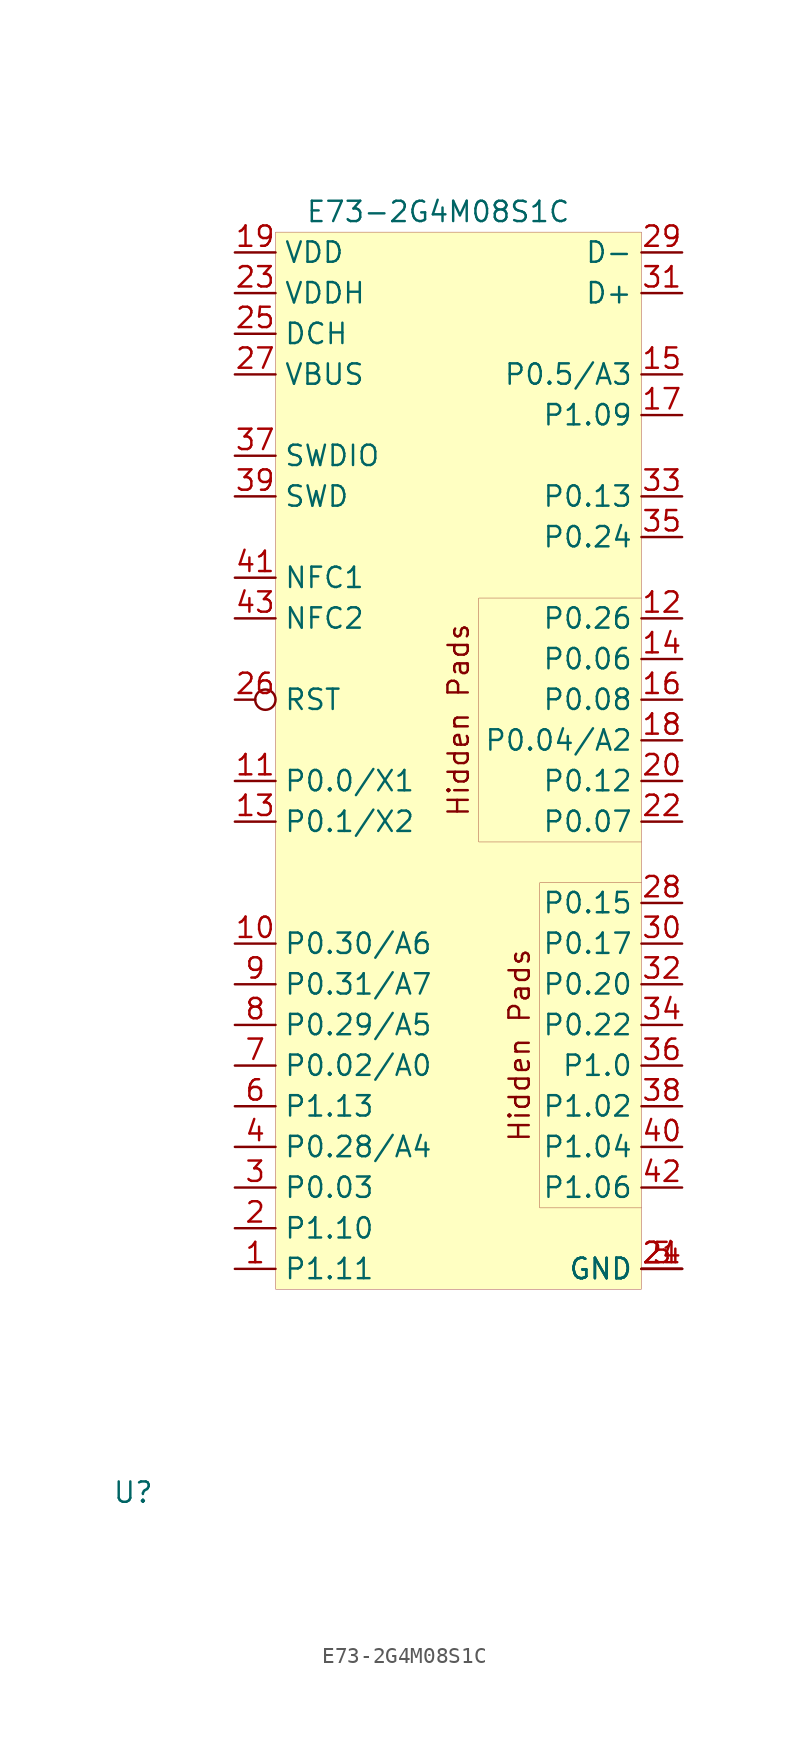
<source format=kicad_sym>
(kicad_symbol_lib
  (version 20201005)
  (generator kicad_symbol_editor)
  (symbol "E73:E73-2G4M08S1C"
    (property "Reference" "U"
      (at -19.05 -66.04 0)
      (effects (font (size 1.27 1.27))))
    (property "Value" "E73-2G4M08S1C"
      (at 0 13.97 0)
      (effects (font (size 1.27 1.27))))
    (symbol "E73-2G4M08S1C_0_0"
      (text "Hidden Pads" (at 5.08 -38.1 900) (effects (font (size 1.27 1.27))))
      (text "Hidden Pads" (at 1.27 -17.78 900) (effects (font (size 1.27 1.27))))
      (rectangle (start -10.16 12.7) (end 12.7 -53.34) (stroke (width 0.001)) (fill (type background))))
    (symbol "E73-2G4M08S1C_0_1"
      (polyline (pts (xy 12.7 -10.16) (xy 2.54 -10.16) (xy 2.54 -25.4) (xy 12.7 -25.4)) (stroke (width 0.001)) (fill (type none)))
      (polyline (pts (xy 12.7 -27.94) (xy 6.35 -27.94) (xy 6.35 -48.26) (xy 12.7 -48.26)) (stroke (width 0.001)) (fill (type none))))
    (symbol "E73-2G4M08S1C_1_1"
      (pin input line (at -12.7 11.43 0) (length 2.54) (name "VDD" (effects (font (size 1.27 1.27)))) (number "19" (effects (font (size 1.27 1.27)))))
      (pin input line (at -12.7 8.89 0) (length 2.54) (name "VDDH" (effects (font (size 1.27 1.27)))) (number "23" (effects (font (size 1.27 1.27)))))
      (pin output line (at -12.7 6.35 0) (length 2.54) (name "DCH" (effects (font (size 1.27 1.27)))) (number "25" (effects (font (size 1.27 1.27)))))
      (pin input line (at -12.7 3.81 0) (length 2.54) (name "VBUS" (effects (font (size 1.27 1.27)))) (number "27" (effects (font (size 1.27 1.27)))))
      (pin input line (at 15.24 11.43 180) (length 2.54) (name "D-" (effects (font (size 1.27 1.27)))) (number "29" (effects (font (size 1.27 1.27)))))
      (pin input line (at 15.24 8.89 180) (length 2.54) (name "D+" (effects (font (size 1.27 1.27)))) (number "31" (effects (font (size 1.27 1.27)))))
      (pin input line (at -12.7 -1.27 0) (length 2.54) (name "SWDIO" (effects (font (size 1.27 1.27)))) (number "37" (effects (font (size 1.27 1.27)))))
      (pin input line (at -12.7 -3.81 0) (length 2.54) (name "SWD" (effects (font (size 1.27 1.27)))) (number "39" (effects (font (size 1.27 1.27)))))
      (pin input line (at -12.7 -8.89 0) (length 2.54) (name "NFC1" (effects (font (size 1.27 1.27)))) (number "41" (effects (font (size 1.27 1.27)))))
      (pin input line (at -12.7 -11.43 0) (length 2.54) (name "NFC2" (effects (font (size 1.27 1.27)))) (number "43" (effects (font (size 1.27 1.27)))))
      (pin input line (at -12.7 -52.07 0) (length 2.54) (name "P1.11" (effects (font (size 1.27 1.27)))) (number "1" (effects (font (size 1.27 1.27)))))
      (pin input line (at -12.7 -49.53 0) (length 2.54) (name "P1.10" (effects (font (size 1.27 1.27)))) (number "2" (effects (font (size 1.27 1.27)))))
      (pin input line (at -12.7 -46.99 0) (length 2.54) (name "P0.03" (effects (font (size 1.27 1.27)))) (number "3" (effects (font (size 1.27 1.27)))))
      (pin input line (at -12.7 -44.45 0) (length 2.54) (name "P0.28/A4" (effects (font (size 1.27 1.27)))) (number "4" (effects (font (size 1.27 1.27)))))
      (pin input line (at -12.7 -41.91 0) (length 2.54) (name "P1.13" (effects (font (size 1.27 1.27)))) (number "6" (effects (font (size 1.27 1.27)))))
      (pin input line (at -12.7 -39.37 0) (length 2.54) (name "P0.02/A0" (effects (font (size 1.27 1.27)))) (number "7" (effects (font (size 1.27 1.27)))))
      (pin input line (at -12.7 -36.83 0) (length 2.54) (name "P0.29/A5" (effects (font (size 1.27 1.27)))) (number "8" (effects (font (size 1.27 1.27)))))
      (pin input line (at -12.7 -34.29 0) (length 2.54) (name "P0.31/A7" (effects (font (size 1.27 1.27)))) (number "9" (effects (font (size 1.27 1.27)))))
      (pin input line (at -12.7 -31.75 0) (length 2.54) (name "P0.30/A6" (effects (font (size 1.27 1.27)))) (number "10" (effects (font (size 1.27 1.27)))))
      (pin input line (at -12.7 -21.59 0) (length 2.54) (name "P0.0/X1" (effects (font (size 1.27 1.27)))) (number "11" (effects (font (size 1.27 1.27)))))
      (pin input line (at 15.24 -11.43 180) (length 2.54) (name "P0.26" (effects (font (size 1.27 1.27)))) (number "12" (effects (font (size 1.27 1.27)))))
      (pin input line (at -12.7 -24.13 0) (length 2.54) (name "P0.1/X2" (effects (font (size 1.27 1.27)))) (number "13" (effects (font (size 1.27 1.27)))))
      (pin input line (at 15.24 -13.97 180) (length 2.54) (name "P0.06" (effects (font (size 1.27 1.27)))) (number "14" (effects (font (size 1.27 1.27)))))
      (pin input line (at 15.24 3.81 180) (length 2.54) (name "P0.5/A3" (effects (font (size 1.27 1.27)))) (number "15" (effects (font (size 1.27 1.27)))))
      (pin input line (at 15.24 -16.51 180) (length 2.54) (name "P0.08" (effects (font (size 1.27 1.27)))) (number "16" (effects (font (size 1.27 1.27)))))
      (pin input line (at 15.24 1.27 180) (length 2.54) (name "P1.09" (effects (font (size 1.27 1.27)))) (number "17" (effects (font (size 1.27 1.27)))))
      (pin input line (at 15.24 -19.05 180) (length 2.54) (name "P0.04/A2" (effects (font (size 1.27 1.27)))) (number "18" (effects (font (size 1.27 1.27)))))
      (pin input line (at 15.24 -21.59 180) (length 2.54) (name "P0.12" (effects (font (size 1.27 1.27)))) (number "20" (effects (font (size 1.27 1.27)))))
      (pin input line (at 15.24 -24.13 180) (length 2.54) (name "P0.07" (effects (font (size 1.27 1.27)))) (number "22" (effects (font (size 1.27 1.27)))))
      (pin input line (at 15.24 -29.21 180) (length 2.54) (name "P0.15" (effects (font (size 1.27 1.27)))) (number "28" (effects (font (size 1.27 1.27)))))
      (pin input inverted (at -12.7 -16.51 0) (length 2.54) (name "RST" (effects (font (size 1.27 1.27)))) (number "26" (effects (font (size 1.27 1.27)))))
      (pin input line (at 15.24 -31.75 180) (length 2.54) (name "P0.17" (effects (font (size 1.27 1.27)))) (number "30" (effects (font (size 1.27 1.27)))))
      (pin input line (at 15.24 -34.29 180) (length 2.54) (name "P0.20" (effects (font (size 1.27 1.27)))) (number "32" (effects (font (size 1.27 1.27)))))
      (pin input line (at 15.24 -3.81 180) (length 2.54) (name "P0.13" (effects (font (size 1.27 1.27)))) (number "33" (effects (font (size 1.27 1.27)))))
      (pin input line (at 15.24 -36.83 180) (length 2.54) (name "P0.22" (effects (font (size 1.27 1.27)))) (number "34" (effects (font (size 1.27 1.27)))))
      (pin input line (at 15.24 -6.35 180) (length 2.54) (name "P0.24" (effects (font (size 1.27 1.27)))) (number "35" (effects (font (size 1.27 1.27)))))
      (pin input line (at 15.24 -39.37 180) (length 2.54) (name "P1.0" (effects (font (size 1.27 1.27)))) (number "36" (effects (font (size 1.27 1.27)))))
      (pin input line (at 15.24 -41.91 180) (length 2.54) (name "P1.02" (effects (font (size 1.27 1.27)))) (number "38" (effects (font (size 1.27 1.27)))))
      (pin input line (at 15.24 -44.45 180) (length 2.54) (name "P1.04" (effects (font (size 1.27 1.27)))) (number "40" (effects (font (size 1.27 1.27)))))
      (pin input line (at 15.24 -46.99 180) (length 2.54) (name "P1.06" (effects (font (size 1.27 1.27)))) (number "42" (effects (font (size 1.27 1.27)))))
      (pin input line (at 15.24 -52.07 180) (length 2.54) (name "GND" (effects (font (size 1.27 1.27)))) (number "5" (effects (font (size 1.27 1.27)))))
      (pin input line (at 15.24 -52.07 180) (length 2.54) (name "GND" (effects (font (size 1.27 1.27)))) (number "21" (effects (font (size 1.27 1.27)))))
      (pin input line (at 15.24 -52.07 180) (length 2.54) (name "GND" (effects (font (size 1.27 1.27)))) (number "24" (effects (font (size 1.27 1.27))))))))
</source>
